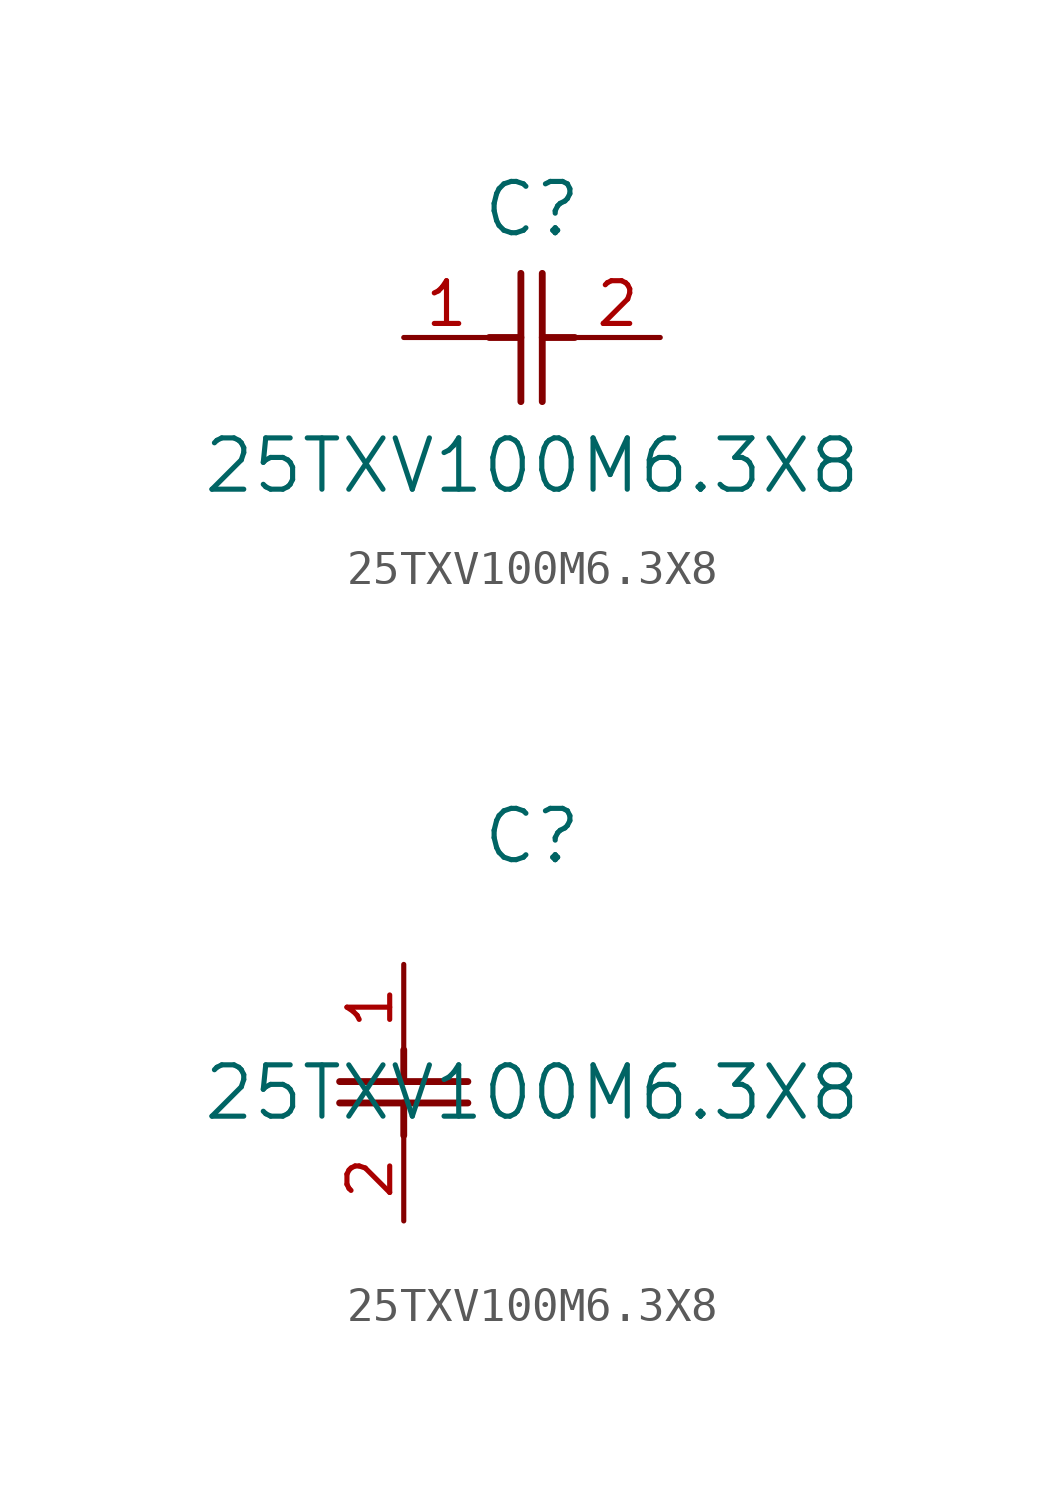
<source format=kicad_sym>
(kicad_symbol_lib
  (version 20211014)
  (generator kicad_symbol_editor)
  (symbol "25TXV100M6.3X8"
    (pin_names
      (offset 0.254))
    (property "Reference" "C"
      (at 3.81 3.81 0)
      (effects (font (size 1.524 1.524))))
    (property "Value" "25TXV100M6.3X8"
      (at 3.81 -3.81 0)
      (effects (font (size 1.524 1.524))))
    (symbol "25TXV100M6.3X8_1_1"
      (polyline (pts (xy 3.48 -1.905) (xy 3.48 1.905)) (stroke (width 0.203) (type default) (color 0 0 0 0)) (fill (type none)))
      (polyline (pts (xy 4.115 -1.905) (xy 4.115 1.905)) (stroke (width 0.203) (type default) (color 0 0 0 0)) (fill (type none)))
      (polyline (pts (xy 4.115 0) (xy 5.08 0)) (stroke (width 0.203) (type default) (color 0 0 0 0)) (fill (type none)))
      (polyline (pts (xy 2.54 0) (xy 3.48 0)) (stroke (width 0.203) (type default) (color 0 0 0 0)) (fill (type none)))
      (pin unspecified line (at 0 0 0) (length 2.54) (name "" (effects (font (size 1.27 1.27)))) (number "1" (effects (font (size 1.27 1.27)))))
      (pin unspecified line (at 7.62 0 180) (length 2.54) (name "" (effects (font (size 1.27 1.27)))) (number "2" (effects (font (size 1.27 1.27))))))
    (symbol "25TXV100M6.3X8_1_2"
      (polyline (pts (xy -1.905 -3.48) (xy 1.905 -3.48)) (stroke (width 0.203) (type default) (color 0 0 0 0)) (fill (type none)))
      (polyline (pts (xy -1.905 -4.115) (xy 1.905 -4.115)) (stroke (width 0.203) (type default) (color 0 0 0 0)) (fill (type none)))
      (polyline (pts (xy 0 -4.115) (xy 0 -5.08)) (stroke (width 0.203) (type default) (color 0 0 0 0)) (fill (type none)))
      (polyline (pts (xy 0 -2.54) (xy 0 -3.48)) (stroke (width 0.203) (type default) (color 0 0 0 0)) (fill (type none)))
      (pin unspecified line (at 0 0 270) (length 2.54) (name "" (effects (font (size 1.27 1.27)))) (number "1" (effects (font (size 1.27 1.27)))))
      (pin unspecified line (at 0 -7.62 90) (length 2.54) (name "" (effects (font (size 1.27 1.27)))) (number "2" (effects (font (size 1.27 1.27))))))))
</source>
